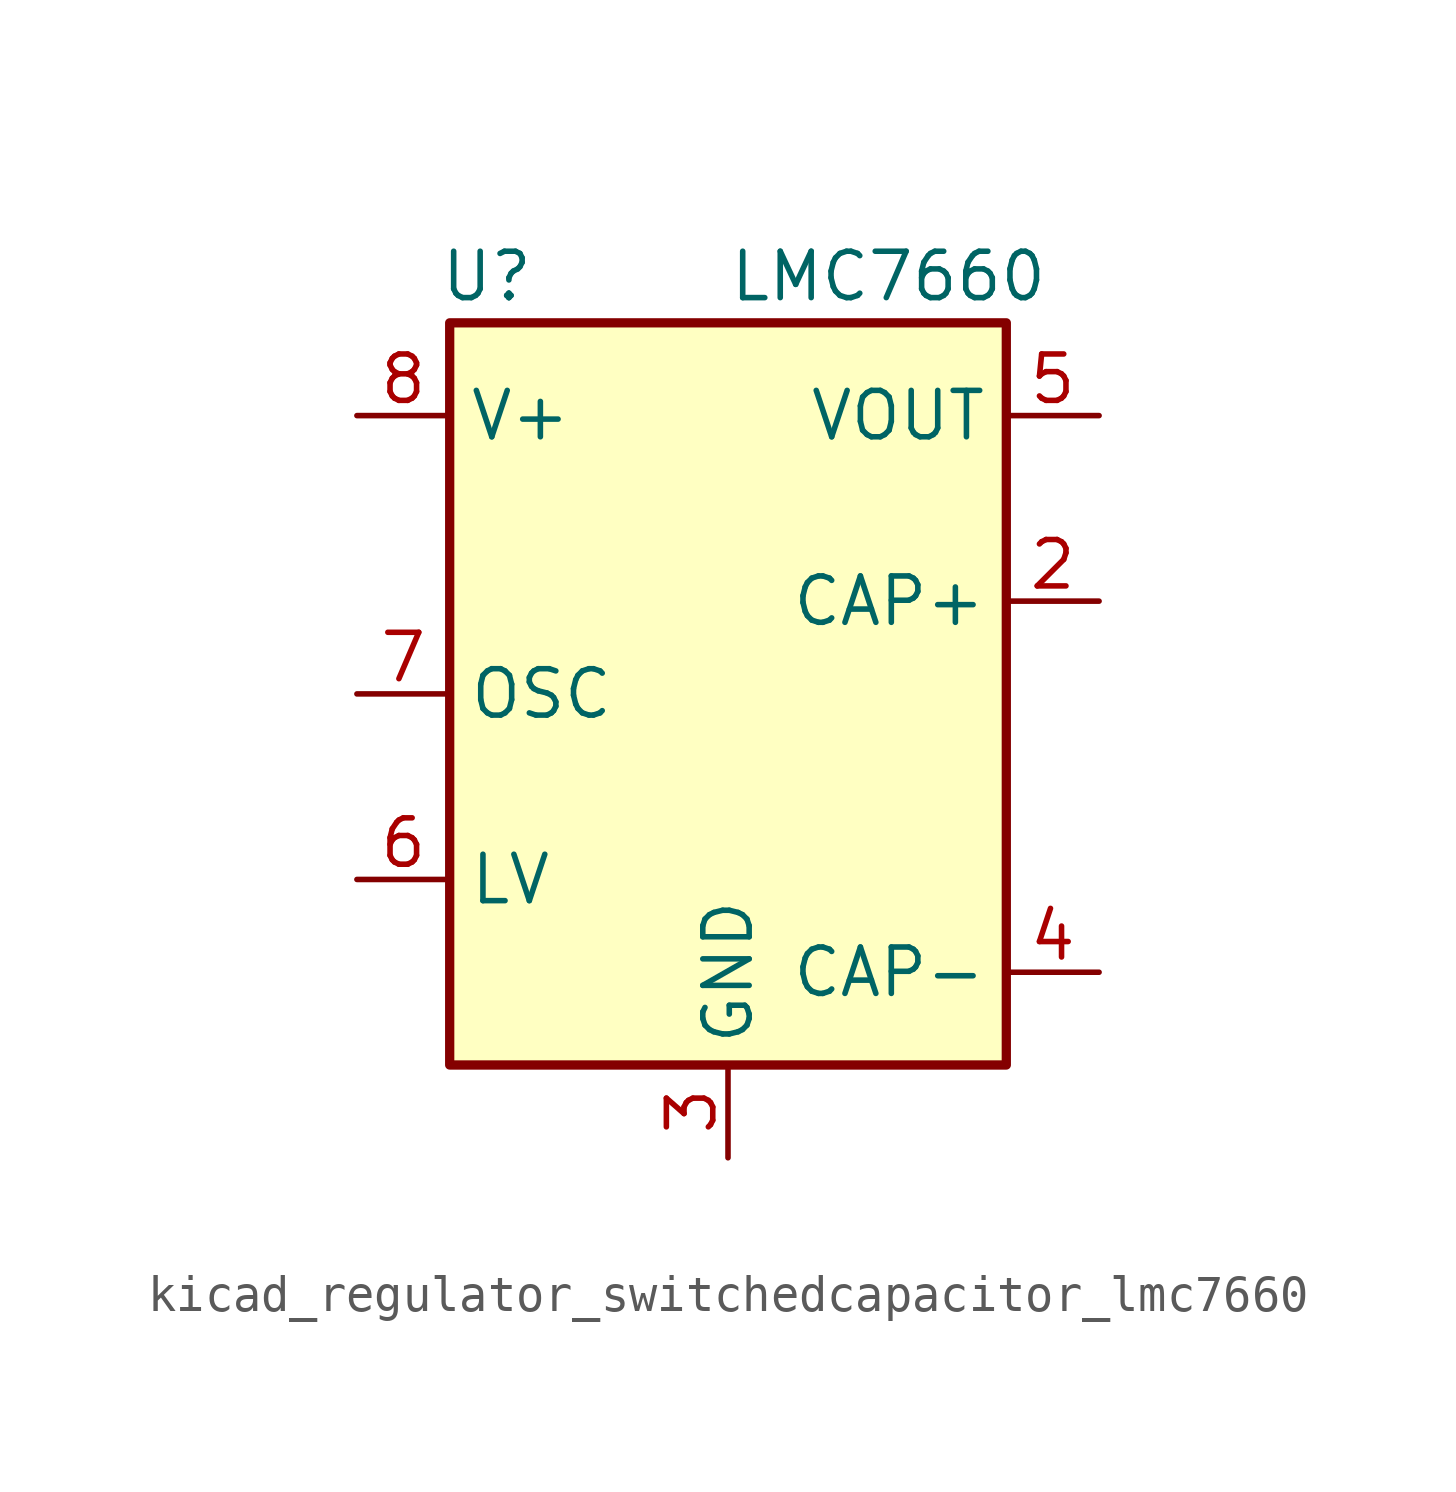
<source format=kicad_sym>
(kicad_symbol_lib
  (version 20220914)
  (generator kicad_symbol_editor)
  (symbol "kicad_regulator_switchedcapacitor_lmc7660"
    (property "Reference" "U"
      (at -6.604 11.43 0)
      (effects (font (size 1.27 1.27))))
    (property "Value" "LMC7660"
      (at 0 11.43 0)
      (effects (font (size 1.27 1.27)) (justify left)))
    (symbol "kicad_regulator_switchedcapacitor_lmc7660_0_1"
      (rectangle (start -7.62 10.16) (end 7.62 -10.16) (stroke (width 0.254) (type default)) (fill (type background))))
    (symbol "kicad_regulator_switchedcapacitor_lmc7660_1_1"
      (pin no_connect line (at -7.62 5.08 0) (length 2.54) hide (name "NC" (effects (font (size 1.27 1.27)))) (number "1" (effects (font (size 1.27 1.27)))))
      (pin input line (at 10.16 2.54 180) (length 2.54) (name "CAP+" (effects (font (size 1.27 1.27)))) (number "2" (effects (font (size 1.27 1.27)))))
      (pin power_in line (at 0 -12.7 90) (length 2.54) (name "GND" (effects (font (size 1.27 1.27)))) (number "3" (effects (font (size 1.27 1.27)))))
      (pin input line (at 10.16 -7.62 180) (length 2.54) (name "CAP-" (effects (font (size 1.27 1.27)))) (number "4" (effects (font (size 1.27 1.27)))))
      (pin power_out line (at 10.16 7.62 180) (length 2.54) (name "VOUT" (effects (font (size 1.27 1.27)))) (number "5" (effects (font (size 1.27 1.27)))))
      (pin input line (at -10.16 -5.08 0) (length 2.54) (name "LV" (effects (font (size 1.27 1.27)))) (number "6" (effects (font (size 1.27 1.27)))))
      (pin input line (at -10.16 0 0) (length 2.54) (name "OSC" (effects (font (size 1.27 1.27)))) (number "7" (effects (font (size 1.27 1.27)))))
      (pin power_in line (at -10.16 7.62 0) (length 2.54) (name "V+" (effects (font (size 1.27 1.27)))) (number "8" (effects (font (size 1.27 1.27))))))))
</source>
